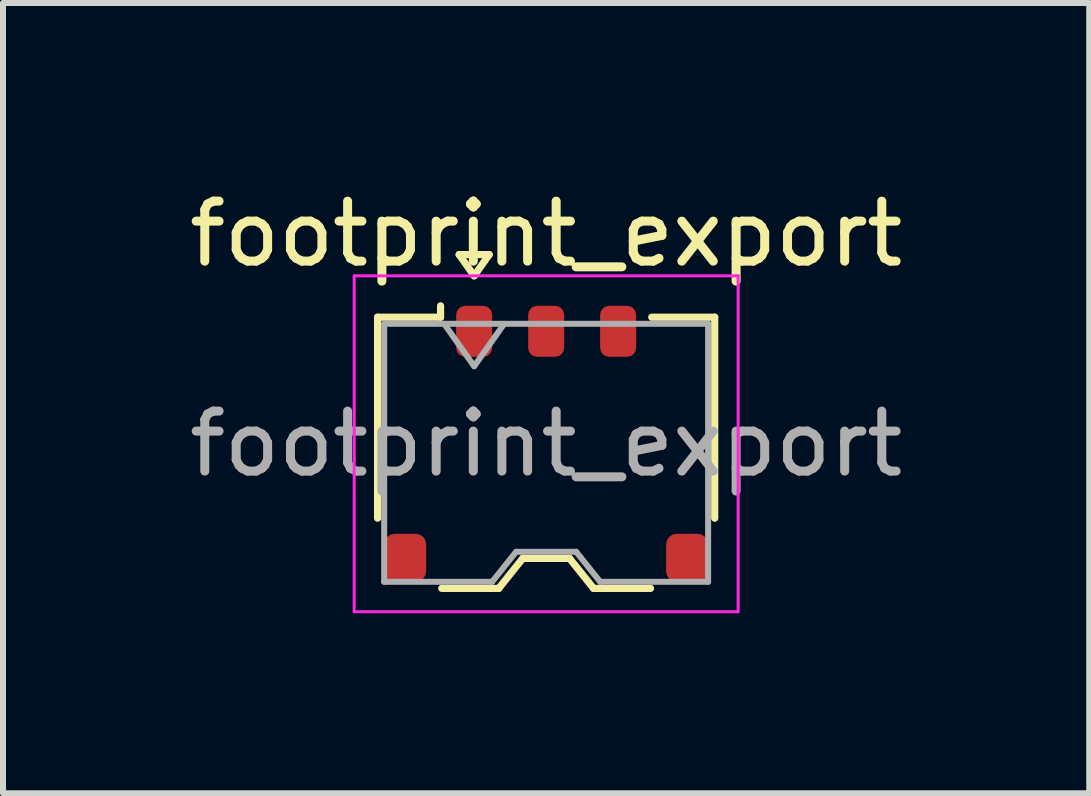
<source format=kicad_pcb>
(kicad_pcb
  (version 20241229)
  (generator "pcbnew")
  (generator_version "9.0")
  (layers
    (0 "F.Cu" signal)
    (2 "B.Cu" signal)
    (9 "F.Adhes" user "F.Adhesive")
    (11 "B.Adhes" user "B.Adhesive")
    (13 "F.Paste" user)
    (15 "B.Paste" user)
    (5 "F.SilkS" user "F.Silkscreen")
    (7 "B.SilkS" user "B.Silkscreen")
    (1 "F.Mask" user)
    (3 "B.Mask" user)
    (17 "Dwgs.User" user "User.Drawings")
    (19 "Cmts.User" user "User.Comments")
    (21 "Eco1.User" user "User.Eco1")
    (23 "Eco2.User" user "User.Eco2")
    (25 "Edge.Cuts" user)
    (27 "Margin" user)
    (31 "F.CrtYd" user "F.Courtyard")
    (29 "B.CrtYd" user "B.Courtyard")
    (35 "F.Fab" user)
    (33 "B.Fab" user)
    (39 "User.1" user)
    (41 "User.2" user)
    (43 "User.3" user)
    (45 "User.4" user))
  (footprint "footprint_export"
    (layer "F.Cu")
    (at 6.054 4.348)
    (property "Reference" "footprint_export" (at 0 -3.5 0) (layer "F.SilkS") (effects (font (size 1 1) (thickness 0.15))))
    (attr smd)
    (fp_line (start -2.81 -2.11) (end -1.76 -2.11) (stroke (width 0.12) (type solid)) (layer "F.SilkS"))
    (fp_line (start -2.81 1.24) (end -2.81 -2.11) (stroke (width 0.12) (type solid)) (layer "F.SilkS"))
    (fp_line (start -1.76 -2.11) (end -1.76 -2.3) (stroke (width 0.12) (type solid)) (layer "F.SilkS"))
    (fp_line (start -1.74 2.41) (end -0.79 2.41) (stroke (width 0.12) (type solid)) (layer "F.SilkS"))
    (fp_line (start -1.45 -3.154) (end -1.2 -2.8) (stroke (width 0.12) (type solid)) (layer "F.SilkS"))
    (fp_line (start -1.2 -2.8) (end -0.95 -3.154) (stroke (width 0.12) (type solid)) (layer "F.SilkS"))
    (fp_line (start -0.95 -3.154) (end -1.45 -3.154) (stroke (width 0.12) (type solid)) (layer "F.SilkS"))
    (fp_line (start -0.79 2.41) (end -0.39 1.91) (stroke (width 0.12) (type solid)) (layer "F.SilkS"))
    (fp_line (start -0.39 1.91) (end 0.39 1.91) (stroke (width 0.12) (type solid)) (layer "F.SilkS"))
    (fp_line (start 0.39 1.91) (end 0.79 2.41) (stroke (width 0.12) (type solid)) (layer "F.SilkS"))
    (fp_line (start 0.79 2.41) (end 1.74 2.41) (stroke (width 0.12) (type solid)) (layer "F.SilkS"))
    (fp_line (start 2.81 -2.11) (end 1.76 -2.11) (stroke (width 0.12) (type solid)) (layer "F.SilkS"))
    (fp_line (start 2.81 1.24) (end 2.81 -2.11) (stroke (width 0.12) (type solid)) (layer "F.SilkS"))
    (fp_line (start -3.2 -2.8) (end -3.2 2.8) (stroke (width 0.05) (type solid)) (layer "F.CrtYd"))
    (fp_line (start -3.2 2.8) (end 3.2 2.8) (stroke (width 0.05) (type solid)) (layer "F.CrtYd"))
    (fp_line (start 3.2 -2.8) (end -3.2 -2.8) (stroke (width 0.05) (type solid)) (layer "F.CrtYd"))
    (fp_line (start 3.2 2.8) (end 3.2 -2.8) (stroke (width 0.05) (type solid)) (layer "F.CrtYd"))
    (fp_line (start -2.7 -2) (end -2.7 2.3) (stroke (width 0.1) (type solid)) (layer "F.Fab"))
    (fp_line (start -2.7 -2) (end 2.7 -2) (stroke (width 0.1) (type solid)) (layer "F.Fab"))
    (fp_line (start -2.7 2.3) (end -0.9 2.3) (stroke (width 0.1) (type solid)) (layer "F.Fab"))
    (fp_line (start -1.7 -2) (end -1.2 -1.293) (stroke (width 0.1) (type solid)) (layer "F.Fab"))
    (fp_line (start -1.2 -1.293) (end -0.7 -2) (stroke (width 0.1) (type solid)) (layer "F.Fab"))
    (fp_line (start -0.9 2.3) (end -0.5 1.8) (stroke (width 0.1) (type solid)) (layer "F.Fab"))
    (fp_line (start -0.5 1.8) (end 0.5 1.8) (stroke (width 0.1) (type solid)) (layer "F.Fab"))
    (fp_line (start 0.5 1.8) (end 0.9 2.3) (stroke (width 0.1) (type solid)) (layer "F.Fab"))
    (fp_line (start 0.9 2.3) (end 2.7 2.3) (stroke (width 0.1) (type solid)) (layer "F.Fab"))
    (fp_line (start 2.7 -2) (end 2.7 2.3) (stroke (width 0.1) (type solid)) (layer "F.Fab"))
    (fp_text user "${REFERENCE}" (at 0 0 0) (layer "F.Fab") (effects (font (size 1 1) (thickness 0.15))))
    (pad "1" smd roundrect (at -1.2 -1.875) (size 0.6 0.85) (layers "F.Cu" "F.Mask" "F.Paste") (roundrect_rratio 0.25))
    (pad "2" smd roundrect (at 0 -1.875) (size 0.6 0.85) (layers "F.Cu" "F.Mask" "F.Paste") (roundrect_rratio 0.25))
    (pad "3" smd roundrect (at 1.2 -1.875) (size 0.6 0.85) (layers "F.Cu" "F.Mask" "F.Paste") (roundrect_rratio 0.25))
    (pad "MP" smd roundrect (at -2.35 1.9) (size 0.7 0.8) (layers "F.Cu" "F.Mask" "F.Paste") (roundrect_rratio 0.25))
    (pad "MP" smd roundrect (at 2.35 1.9) (size 0.7 0.8) (layers "F.Cu" "F.Mask" "F.Paste") (roundrect_rratio 0.25)))
  (gr_rect
    (start -3 -3)
    (end 15.107 10.173)
    (stroke (width 0.1) (type default))
    (fill no)
    (layer "Edge.Cuts")))
</source>
